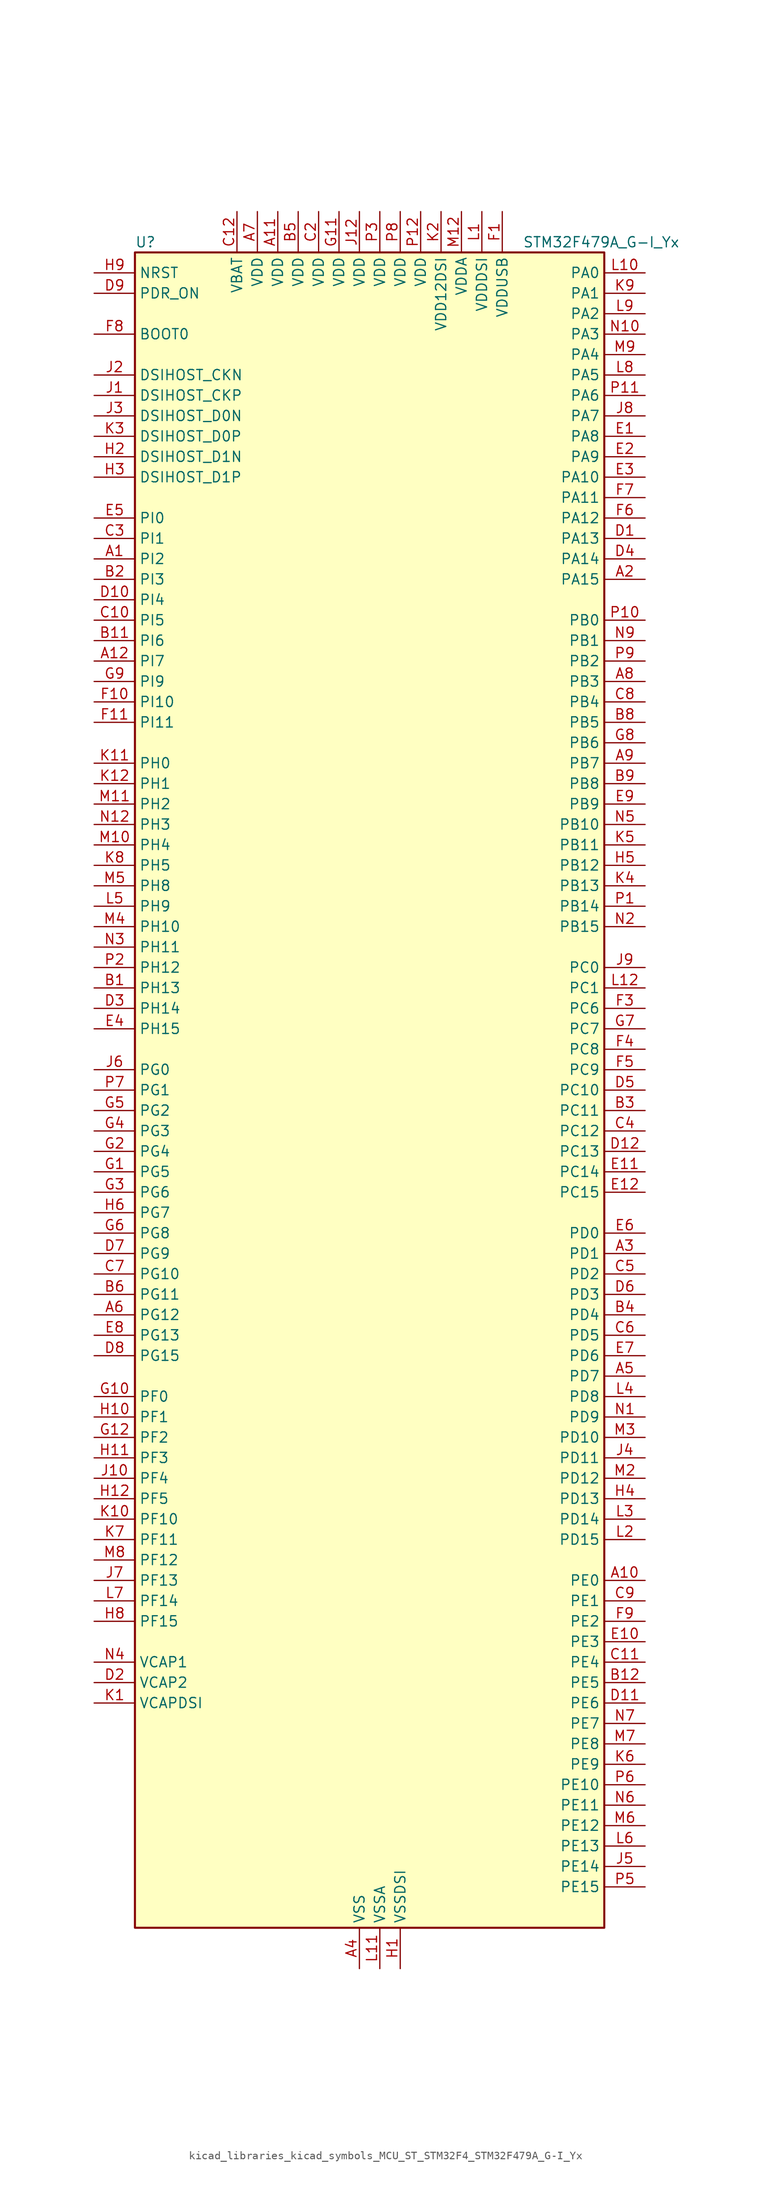
<source format=kicad_sym>
(kicad_symbol_lib
  (version 20220914)
  (generator kicad_symbol_editor)
  (symbol "kicad_libraries_kicad_symbols_MCU_ST_STM32F4_STM32F479A_G-I_Yx"
    (property "Reference" "U"
      (at -27.94 105.41 0)
      (effects (font (size 1.27 1.27)) (justify left)))
    (property "Value" "STM32F479A_G-I_Yx"
      (at 20.32 105.41 0)
      (effects (font (size 1.27 1.27)) (justify left)))
    (property "ki_locked" ""
      (at 0 0 0)
      (effects (font (size 1.27 1.27))))
    (symbol "kicad_libraries_kicad_symbols_MCU_ST_STM32F4_STM32F479A_G-I_Yx_0_1"
      (rectangle (start -27.94 -104.14) (end 30.48 104.14) (stroke (width 0.254) (type default)) (fill (type background))))
    (symbol "kicad_libraries_kicad_symbols_MCU_ST_STM32F4_STM32F479A_G-I_Yx_1_1"
      (pin bidirectional line (at -33.02 66.04 0) (length 5.08) (name "PI2" (effects (font (size 1.27 1.27)))) (number "A1" (effects (font (size 1.27 1.27)))) (alternate "DCMI_D9" bidirectional line) (alternate "FMC_D26" bidirectional line) (alternate "I2S2_ext_SD" bidirectional line) (alternate "LTDC_G7" bidirectional line) (alternate "SPI2_MISO" bidirectional line) (alternate "TIM8_CH4" bidirectional line))
      (pin bidirectional line (at 35.56 -60.96 180) (length 5.08) (name "PE0" (effects (font (size 1.27 1.27)))) (number "A10" (effects (font (size 1.27 1.27)))) (alternate "DCMI_D2" bidirectional line) (alternate "FMC_NBL0" bidirectional line) (alternate "TIM4_ETR" bidirectional line) (alternate "UART8_RX" bidirectional line))
      (pin power_in line (at -10.16 109.22 270) (length 5.08) (name "VDD" (effects (font (size 1.27 1.27)))) (number "A11" (effects (font (size 1.27 1.27)))))
      (pin bidirectional line (at -33.02 53.34 0) (length 5.08) (name "PI7" (effects (font (size 1.27 1.27)))) (number "A12" (effects (font (size 1.27 1.27)))) (alternate "DCMI_D7" bidirectional line) (alternate "FMC_D29" bidirectional line) (alternate "LTDC_B7" bidirectional line) (alternate "TIM8_CH3" bidirectional line))
      (pin bidirectional line (at 35.56 63.5 180) (length 5.08) (name "PA15" (effects (font (size 1.27 1.27)))) (number "A2" (effects (font (size 1.27 1.27)))) (alternate "ADC1_EXTI15" bidirectional line) (alternate "ADC2_EXTI15" bidirectional line) (alternate "ADC3_EXTI15" bidirectional line) (alternate "I2S3_WS" bidirectional line) (alternate "SPI1_NSS" bidirectional line) (alternate "SPI3_NSS" bidirectional line) (alternate "SYS_JTDI" bidirectional line) (alternate "TIM2_CH1" bidirectional line) (alternate "TIM2_ETR" bidirectional line))
      (pin bidirectional line (at 35.56 -20.32 180) (length 5.08) (name "PD1" (effects (font (size 1.27 1.27)))) (number "A3" (effects (font (size 1.27 1.27)))) (alternate "CAN1_TX" bidirectional line) (alternate "FMC_D3" bidirectional line) (alternate "FMC_DA3" bidirectional line))
      (pin power_in line (at 0 -109.22 90) (length 5.08) (name "VSS" (effects (font (size 1.27 1.27)))) (number "A4" (effects (font (size 1.27 1.27)))))
      (pin bidirectional line (at 35.56 -35.56 180) (length 5.08) (name "PD7" (effects (font (size 1.27 1.27)))) (number "A5" (effects (font (size 1.27 1.27)))) (alternate "FMC_NE1" bidirectional line) (alternate "USART2_CK" bidirectional line))
      (pin bidirectional line (at -33.02 -27.94 0) (length 5.08) (name "PG12" (effects (font (size 1.27 1.27)))) (number "A6" (effects (font (size 1.27 1.27)))) (alternate "FMC_NE4" bidirectional line) (alternate "LTDC_B1" bidirectional line) (alternate "LTDC_B4" bidirectional line) (alternate "SPI6_MISO" bidirectional line) (alternate "USART6_RTS" bidirectional line))
      (pin power_in line (at -12.7 109.22 270) (length 5.08) (name "VDD" (effects (font (size 1.27 1.27)))) (number "A7" (effects (font (size 1.27 1.27)))))
      (pin bidirectional line (at 35.56 50.8 180) (length 5.08) (name "PB3" (effects (font (size 1.27 1.27)))) (number "A8" (effects (font (size 1.27 1.27)))) (alternate "I2S3_CK" bidirectional line) (alternate "SPI1_SCK" bidirectional line) (alternate "SPI3_SCK" bidirectional line) (alternate "SYS_JTDO-SWO" bidirectional line) (alternate "TIM2_CH2" bidirectional line))
      (pin bidirectional line (at 35.56 40.64 180) (length 5.08) (name "PB7" (effects (font (size 1.27 1.27)))) (number "A9" (effects (font (size 1.27 1.27)))) (alternate "DCMI_VSYNC" bidirectional line) (alternate "FMC_NL" bidirectional line) (alternate "I2C1_SDA" bidirectional line) (alternate "TIM4_CH2" bidirectional line) (alternate "USART1_RX" bidirectional line))
      (pin bidirectional line (at -33.02 12.7 0) (length 5.08) (name "PH13" (effects (font (size 1.27 1.27)))) (number "B1" (effects (font (size 1.27 1.27)))) (alternate "CAN1_TX" bidirectional line) (alternate "FMC_D21" bidirectional line) (alternate "LTDC_G2" bidirectional line) (alternate "TIM8_CH1N" bidirectional line))
      (pin passive line (at 0 -109.22 90) (length 5.08) hide (name "VSS" (effects (font (size 1.27 1.27)))) (number "B10" (effects (font (size 1.27 1.27)))))
      (pin bidirectional line (at -33.02 55.88 0) (length 5.08) (name "PI6" (effects (font (size 1.27 1.27)))) (number "B11" (effects (font (size 1.27 1.27)))) (alternate "DCMI_D6" bidirectional line) (alternate "FMC_D28" bidirectional line) (alternate "LTDC_B6" bidirectional line) (alternate "TIM8_CH2" bidirectional line))
      (pin bidirectional line (at 35.56 -73.66 180) (length 5.08) (name "PE5" (effects (font (size 1.27 1.27)))) (number "B12" (effects (font (size 1.27 1.27)))) (alternate "DCMI_D6" bidirectional line) (alternate "FMC_A21" bidirectional line) (alternate "LTDC_G0" bidirectional line) (alternate "SAI1_SCK_A" bidirectional line) (alternate "SPI4_MISO" bidirectional line) (alternate "SYS_TRACED2" bidirectional line) (alternate "TIM9_CH1" bidirectional line))
      (pin bidirectional line (at -33.02 63.5 0) (length 5.08) (name "PI3" (effects (font (size 1.27 1.27)))) (number "B2" (effects (font (size 1.27 1.27)))) (alternate "DCMI_D10" bidirectional line) (alternate "FMC_D27" bidirectional line) (alternate "I2S2_SD" bidirectional line) (alternate "SPI2_MOSI" bidirectional line) (alternate "TIM8_ETR" bidirectional line))
      (pin bidirectional line (at 35.56 -2.54 180) (length 5.08) (name "PC11" (effects (font (size 1.27 1.27)))) (number "B3" (effects (font (size 1.27 1.27)))) (alternate "ADC1_EXTI11" bidirectional line) (alternate "ADC2_EXTI11" bidirectional line) (alternate "ADC3_EXTI11" bidirectional line) (alternate "DCMI_D4" bidirectional line) (alternate "I2S3_ext_SD" bidirectional line) (alternate "QUADSPI_BK2_NCS" bidirectional line) (alternate "SDIO_D3" bidirectional line) (alternate "SPI3_MISO" bidirectional line) (alternate "UART4_RX" bidirectional line) (alternate "USART3_RX" bidirectional line))
      (pin bidirectional line (at 35.56 -27.94 180) (length 5.08) (name "PD4" (effects (font (size 1.27 1.27)))) (number "B4" (effects (font (size 1.27 1.27)))) (alternate "FMC_NOE" bidirectional line) (alternate "USART2_RTS" bidirectional line))
      (pin power_in line (at -7.62 109.22 270) (length 5.08) (name "VDD" (effects (font (size 1.27 1.27)))) (number "B5" (effects (font (size 1.27 1.27)))))
      (pin bidirectional line (at -33.02 -25.4 0) (length 5.08) (name "PG11" (effects (font (size 1.27 1.27)))) (number "B6" (effects (font (size 1.27 1.27)))) (alternate "ADC1_EXTI11" bidirectional line) (alternate "ADC2_EXTI11" bidirectional line) (alternate "ADC3_EXTI11" bidirectional line) (alternate "DCMI_D3" bidirectional line) (alternate "LTDC_B3" bidirectional line))
      (pin passive line (at 0 -109.22 90) (length 5.08) hide (name "VSS" (effects (font (size 1.27 1.27)))) (number "B7" (effects (font (size 1.27 1.27)))))
      (pin bidirectional line (at 35.56 45.72 180) (length 5.08) (name "PB5" (effects (font (size 1.27 1.27)))) (number "B8" (effects (font (size 1.27 1.27)))) (alternate "CAN2_RX" bidirectional line) (alternate "DCMI_D10" bidirectional line) (alternate "FMC_SDCKE1" bidirectional line) (alternate "I2C1_SMBA" bidirectional line) (alternate "I2S3_SD" bidirectional line) (alternate "LTDC_G7" bidirectional line) (alternate "SPI1_MOSI" bidirectional line) (alternate "SPI3_MOSI" bidirectional line) (alternate "TIM3_CH2" bidirectional line) (alternate "USB_OTG_HS_ULPI_D7" bidirectional line))
      (pin bidirectional line (at 35.56 38.1 180) (length 5.08) (name "PB8" (effects (font (size 1.27 1.27)))) (number "B9" (effects (font (size 1.27 1.27)))) (alternate "CAN1_RX" bidirectional line) (alternate "DCMI_D6" bidirectional line) (alternate "I2C1_SCL" bidirectional line) (alternate "LTDC_B6" bidirectional line) (alternate "SDIO_D4" bidirectional line) (alternate "TIM10_CH1" bidirectional line) (alternate "TIM4_CH3" bidirectional line))
      (pin passive line (at 0 -109.22 90) (length 5.08) hide (name "VSS" (effects (font (size 1.27 1.27)))) (number "C1" (effects (font (size 1.27 1.27)))))
      (pin bidirectional line (at -33.02 58.42 0) (length 5.08) (name "PI5" (effects (font (size 1.27 1.27)))) (number "C10" (effects (font (size 1.27 1.27)))) (alternate "DCMI_VSYNC" bidirectional line) (alternate "FMC_NBL3" bidirectional line) (alternate "LTDC_B5" bidirectional line) (alternate "TIM8_CH1" bidirectional line))
      (pin bidirectional line (at 35.56 -71.12 180) (length 5.08) (name "PE4" (effects (font (size 1.27 1.27)))) (number "C11" (effects (font (size 1.27 1.27)))) (alternate "DCMI_D4" bidirectional line) (alternate "FMC_A20" bidirectional line) (alternate "LTDC_B0" bidirectional line) (alternate "SAI1_FS_A" bidirectional line) (alternate "SPI4_NSS" bidirectional line) (alternate "SYS_TRACED1" bidirectional line))
      (pin power_in line (at -15.24 109.22 270) (length 5.08) (name "VBAT" (effects (font (size 1.27 1.27)))) (number "C12" (effects (font (size 1.27 1.27)))))
      (pin power_in line (at -5.08 109.22 270) (length 5.08) (name "VDD" (effects (font (size 1.27 1.27)))) (number "C2" (effects (font (size 1.27 1.27)))))
      (pin bidirectional line (at -33.02 68.58 0) (length 5.08) (name "PI1" (effects (font (size 1.27 1.27)))) (number "C3" (effects (font (size 1.27 1.27)))) (alternate "DCMI_D8" bidirectional line) (alternate "FMC_D25" bidirectional line) (alternate "I2S2_CK" bidirectional line) (alternate "LTDC_G6" bidirectional line) (alternate "SPI2_SCK" bidirectional line))
      (pin bidirectional line (at 35.56 -5.08 180) (length 5.08) (name "PC12" (effects (font (size 1.27 1.27)))) (number "C4" (effects (font (size 1.27 1.27)))) (alternate "DCMI_D9" bidirectional line) (alternate "I2S3_SD" bidirectional line) (alternate "SDIO_CK" bidirectional line) (alternate "SPI3_MOSI" bidirectional line) (alternate "SYS_TRACED3" bidirectional line) (alternate "UART5_TX" bidirectional line) (alternate "USART3_CK" bidirectional line))
      (pin bidirectional line (at 35.56 -22.86 180) (length 5.08) (name "PD2" (effects (font (size 1.27 1.27)))) (number "C5" (effects (font (size 1.27 1.27)))) (alternate "DCMI_D11" bidirectional line) (alternate "SDIO_CMD" bidirectional line) (alternate "SYS_TRACED2" bidirectional line) (alternate "TIM3_ETR" bidirectional line) (alternate "UART5_RX" bidirectional line))
      (pin bidirectional line (at 35.56 -30.48 180) (length 5.08) (name "PD5" (effects (font (size 1.27 1.27)))) (number "C6" (effects (font (size 1.27 1.27)))) (alternate "FMC_NWE" bidirectional line) (alternate "USART2_TX" bidirectional line))
      (pin bidirectional line (at -33.02 -22.86 0) (length 5.08) (name "PG10" (effects (font (size 1.27 1.27)))) (number "C7" (effects (font (size 1.27 1.27)))) (alternate "DCMI_D2" bidirectional line) (alternate "FMC_NE3" bidirectional line) (alternate "LTDC_B2" bidirectional line) (alternate "LTDC_G3" bidirectional line))
      (pin bidirectional line (at 35.56 48.26 180) (length 5.08) (name "PB4" (effects (font (size 1.27 1.27)))) (number "C8" (effects (font (size 1.27 1.27)))) (alternate "I2S3_ext_SD" bidirectional line) (alternate "SPI1_MISO" bidirectional line) (alternate "SPI3_MISO" bidirectional line) (alternate "SYS_JTRST" bidirectional line) (alternate "TIM3_CH1" bidirectional line))
      (pin bidirectional line (at 35.56 -63.5 180) (length 5.08) (name "PE1" (effects (font (size 1.27 1.27)))) (number "C9" (effects (font (size 1.27 1.27)))) (alternate "DCMI_D3" bidirectional line) (alternate "FMC_NBL1" bidirectional line) (alternate "UART8_TX" bidirectional line))
      (pin bidirectional line (at 35.56 68.58 180) (length 5.08) (name "PA13" (effects (font (size 1.27 1.27)))) (number "D1" (effects (font (size 1.27 1.27)))) (alternate "SYS_JTMS-SWDIO" bidirectional line))
      (pin bidirectional line (at -33.02 60.96 0) (length 5.08) (name "PI4" (effects (font (size 1.27 1.27)))) (number "D10" (effects (font (size 1.27 1.27)))) (alternate "DCMI_D5" bidirectional line) (alternate "FMC_NBL2" bidirectional line) (alternate "LTDC_B4" bidirectional line) (alternate "TIM8_BKIN" bidirectional line))
      (pin bidirectional line (at 35.56 -76.2 180) (length 5.08) (name "PE6" (effects (font (size 1.27 1.27)))) (number "D11" (effects (font (size 1.27 1.27)))) (alternate "DCMI_D7" bidirectional line) (alternate "FMC_A22" bidirectional line) (alternate "LTDC_G1" bidirectional line) (alternate "SAI1_SD_A" bidirectional line) (alternate "SPI4_MOSI" bidirectional line) (alternate "SYS_TRACED3" bidirectional line) (alternate "TIM9_CH2" bidirectional line))
      (pin bidirectional line (at 35.56 -7.62 180) (length 5.08) (name "PC13" (effects (font (size 1.27 1.27)))) (number "D12" (effects (font (size 1.27 1.27)))) (alternate "RTC_AF1" bidirectional line))
      (pin power_out line (at -33.02 -73.66 0) (length 5.08) (name "VCAP2" (effects (font (size 1.27 1.27)))) (number "D2" (effects (font (size 1.27 1.27)))))
      (pin bidirectional line (at -33.02 10.16 0) (length 5.08) (name "PH14" (effects (font (size 1.27 1.27)))) (number "D3" (effects (font (size 1.27 1.27)))) (alternate "DCMI_D4" bidirectional line) (alternate "FMC_D22" bidirectional line) (alternate "LTDC_G3" bidirectional line) (alternate "TIM8_CH2N" bidirectional line))
      (pin bidirectional line (at 35.56 66.04 180) (length 5.08) (name "PA14" (effects (font (size 1.27 1.27)))) (number "D4" (effects (font (size 1.27 1.27)))) (alternate "SYS_JTCK-SWCLK" bidirectional line))
      (pin bidirectional line (at 35.56 0 180) (length 5.08) (name "PC10" (effects (font (size 1.27 1.27)))) (number "D5" (effects (font (size 1.27 1.27)))) (alternate "DCMI_D8" bidirectional line) (alternate "I2S3_CK" bidirectional line) (alternate "LTDC_R2" bidirectional line) (alternate "QUADSPI_BK1_IO1" bidirectional line) (alternate "SDIO_D2" bidirectional line) (alternate "SPI3_SCK" bidirectional line) (alternate "UART4_TX" bidirectional line) (alternate "USART3_TX" bidirectional line))
      (pin bidirectional line (at 35.56 -25.4 180) (length 5.08) (name "PD3" (effects (font (size 1.27 1.27)))) (number "D6" (effects (font (size 1.27 1.27)))) (alternate "DCMI_D5" bidirectional line) (alternate "FMC_CLK" bidirectional line) (alternate "I2S2_CK" bidirectional line) (alternate "LTDC_G7" bidirectional line) (alternate "SPI2_SCK" bidirectional line) (alternate "USART2_CTS" bidirectional line))
      (pin bidirectional line (at -33.02 -20.32 0) (length 5.08) (name "PG9" (effects (font (size 1.27 1.27)))) (number "D7" (effects (font (size 1.27 1.27)))) (alternate "DAC_EXTI9" bidirectional line) (alternate "DCMI_VSYNC" bidirectional line) (alternate "FMC_NCE" bidirectional line) (alternate "FMC_NE2" bidirectional line) (alternate "QUADSPI_BK2_IO2" bidirectional line) (alternate "USART6_RX" bidirectional line))
      (pin bidirectional line (at -33.02 -33.02 0) (length 5.08) (name "PG15" (effects (font (size 1.27 1.27)))) (number "D8" (effects (font (size 1.27 1.27)))) (alternate "ADC1_EXTI15" bidirectional line) (alternate "ADC2_EXTI15" bidirectional line) (alternate "ADC3_EXTI15" bidirectional line) (alternate "DCMI_D13" bidirectional line) (alternate "FMC_SDNCAS" bidirectional line) (alternate "USART6_CTS" bidirectional line))
      (pin input line (at -33.02 99.06 0) (length 5.08) (name "PDR_ON" (effects (font (size 1.27 1.27)))) (number "D9" (effects (font (size 1.27 1.27)))))
      (pin bidirectional line (at 35.56 81.28 180) (length 5.08) (name "PA8" (effects (font (size 1.27 1.27)))) (number "E1" (effects (font (size 1.27 1.27)))) (alternate "I2C3_SCL" bidirectional line) (alternate "LTDC_R6" bidirectional line) (alternate "RCC_MCO_1" bidirectional line) (alternate "TIM1_CH1" bidirectional line) (alternate "USART1_CK" bidirectional line) (alternate "USB_OTG_FS_SOF" bidirectional line))
      (pin bidirectional line (at 35.56 -68.58 180) (length 5.08) (name "PE3" (effects (font (size 1.27 1.27)))) (number "E10" (effects (font (size 1.27 1.27)))) (alternate "FMC_A19" bidirectional line) (alternate "SAI1_SD_B" bidirectional line) (alternate "SYS_TRACED0" bidirectional line))
      (pin bidirectional line (at 35.56 -10.16 180) (length 5.08) (name "PC14" (effects (font (size 1.27 1.27)))) (number "E11" (effects (font (size 1.27 1.27)))) (alternate "RCC_OSC32_IN" bidirectional line))
      (pin bidirectional line (at 35.56 -12.7 180) (length 5.08) (name "PC15" (effects (font (size 1.27 1.27)))) (number "E12" (effects (font (size 1.27 1.27)))) (alternate "ADC1_EXTI15" bidirectional line) (alternate "ADC2_EXTI15" bidirectional line) (alternate "ADC3_EXTI15" bidirectional line) (alternate "RCC_OSC32_OUT" bidirectional line))
      (pin bidirectional line (at 35.56 78.74 180) (length 5.08) (name "PA9" (effects (font (size 1.27 1.27)))) (number "E2" (effects (font (size 1.27 1.27)))) (alternate "DAC_EXTI9" bidirectional line) (alternate "DCMI_D0" bidirectional line) (alternate "I2C3_SMBA" bidirectional line) (alternate "I2S2_CK" bidirectional line) (alternate "SPI2_SCK" bidirectional line) (alternate "TIM1_CH2" bidirectional line) (alternate "USART1_TX" bidirectional line) (alternate "USB_OTG_FS_VBUS" bidirectional line))
      (pin bidirectional line (at 35.56 76.2 180) (length 5.08) (name "PA10" (effects (font (size 1.27 1.27)))) (number "E3" (effects (font (size 1.27 1.27)))) (alternate "DCMI_D1" bidirectional line) (alternate "TIM1_CH3" bidirectional line) (alternate "USART1_RX" bidirectional line) (alternate "USB_OTG_FS_ID" bidirectional line))
      (pin bidirectional line (at -33.02 7.62 0) (length 5.08) (name "PH15" (effects (font (size 1.27 1.27)))) (number "E4" (effects (font (size 1.27 1.27)))) (alternate "ADC1_EXTI15" bidirectional line) (alternate "ADC2_EXTI15" bidirectional line) (alternate "ADC3_EXTI15" bidirectional line) (alternate "DCMI_D11" bidirectional line) (alternate "FMC_D23" bidirectional line) (alternate "LTDC_G4" bidirectional line) (alternate "TIM8_CH3N" bidirectional line))
      (pin bidirectional line (at -33.02 71.12 0) (length 5.08) (name "PI0" (effects (font (size 1.27 1.27)))) (number "E5" (effects (font (size 1.27 1.27)))) (alternate "DCMI_D13" bidirectional line) (alternate "FMC_D24" bidirectional line) (alternate "I2S2_WS" bidirectional line) (alternate "LTDC_G5" bidirectional line) (alternate "SPI2_NSS" bidirectional line) (alternate "TIM5_CH4" bidirectional line))
      (pin bidirectional line (at 35.56 -17.78 180) (length 5.08) (name "PD0" (effects (font (size 1.27 1.27)))) (number "E6" (effects (font (size 1.27 1.27)))) (alternate "CAN1_RX" bidirectional line) (alternate "FMC_D2" bidirectional line) (alternate "FMC_DA2" bidirectional line))
      (pin bidirectional line (at 35.56 -33.02 180) (length 5.08) (name "PD6" (effects (font (size 1.27 1.27)))) (number "E7" (effects (font (size 1.27 1.27)))) (alternate "DCMI_D10" bidirectional line) (alternate "FMC_NWAIT" bidirectional line) (alternate "I2S3_SD" bidirectional line) (alternate "LTDC_B2" bidirectional line) (alternate "SAI1_SD_A" bidirectional line) (alternate "SPI3_MOSI" bidirectional line) (alternate "USART2_RX" bidirectional line))
      (pin bidirectional line (at -33.02 -30.48 0) (length 5.08) (name "PG13" (effects (font (size 1.27 1.27)))) (number "E8" (effects (font (size 1.27 1.27)))) (alternate "FMC_A24" bidirectional line) (alternate "LTDC_R0" bidirectional line) (alternate "SPI6_SCK" bidirectional line) (alternate "SYS_TRACED0" bidirectional line) (alternate "USART6_CTS" bidirectional line))
      (pin bidirectional line (at 35.56 35.56 180) (length 5.08) (name "PB9" (effects (font (size 1.27 1.27)))) (number "E9" (effects (font (size 1.27 1.27)))) (alternate "CAN1_TX" bidirectional line) (alternate "DAC_EXTI9" bidirectional line) (alternate "DCMI_D7" bidirectional line) (alternate "I2C1_SDA" bidirectional line) (alternate "I2S2_WS" bidirectional line) (alternate "LTDC_B7" bidirectional line) (alternate "SDIO_D5" bidirectional line) (alternate "SPI2_NSS" bidirectional line) (alternate "TIM11_CH1" bidirectional line) (alternate "TIM4_CH4" bidirectional line))
      (pin power_in line (at 17.78 109.22 270) (length 5.08) (name "VDDUSB" (effects (font (size 1.27 1.27)))) (number "F1" (effects (font (size 1.27 1.27)))))
      (pin bidirectional line (at -33.02 48.26 0) (length 5.08) (name "PI10" (effects (font (size 1.27 1.27)))) (number "F10" (effects (font (size 1.27 1.27)))) (alternate "FMC_D31" bidirectional line) (alternate "LTDC_HSYNC" bidirectional line))
      (pin bidirectional line (at -33.02 45.72 0) (length 5.08) (name "PI11" (effects (font (size 1.27 1.27)))) (number "F11" (effects (font (size 1.27 1.27)))) (alternate "ADC1_EXTI11" bidirectional line) (alternate "ADC2_EXTI11" bidirectional line) (alternate "ADC3_EXTI11" bidirectional line) (alternate "LTDC_G6" bidirectional line) (alternate "USB_OTG_HS_ULPI_DIR" bidirectional line))
      (pin passive line (at 0 -109.22 90) (length 5.08) hide (name "VSS" (effects (font (size 1.27 1.27)))) (number "F12" (effects (font (size 1.27 1.27)))))
      (pin passive line (at 0 -109.22 90) (length 5.08) hide (name "VSS" (effects (font (size 1.27 1.27)))) (number "F2" (effects (font (size 1.27 1.27)))))
      (pin bidirectional line (at 35.56 10.16 180) (length 5.08) (name "PC6" (effects (font (size 1.27 1.27)))) (number "F3" (effects (font (size 1.27 1.27)))) (alternate "DCMI_D0" bidirectional line) (alternate "I2S2_MCK" bidirectional line) (alternate "LTDC_HSYNC" bidirectional line) (alternate "SDIO_D6" bidirectional line) (alternate "TIM3_CH1" bidirectional line) (alternate "TIM8_CH1" bidirectional line) (alternate "USART6_TX" bidirectional line))
      (pin bidirectional line (at 35.56 5.08 180) (length 5.08) (name "PC8" (effects (font (size 1.27 1.27)))) (number "F4" (effects (font (size 1.27 1.27)))) (alternate "DCMI_D2" bidirectional line) (alternate "SDIO_D0" bidirectional line) (alternate "SYS_TRACED1" bidirectional line) (alternate "TIM3_CH3" bidirectional line) (alternate "TIM8_CH3" bidirectional line) (alternate "USART6_CK" bidirectional line))
      (pin bidirectional line (at 35.56 2.54 180) (length 5.08) (name "PC9" (effects (font (size 1.27 1.27)))) (number "F5" (effects (font (size 1.27 1.27)))) (alternate "DAC_EXTI9" bidirectional line) (alternate "DCMI_D3" bidirectional line) (alternate "I2C3_SDA" bidirectional line) (alternate "I2S_CKIN" bidirectional line) (alternate "QUADSPI_BK1_IO0" bidirectional line) (alternate "RCC_MCO_2" bidirectional line) (alternate "SDIO_D1" bidirectional line) (alternate "TIM3_CH4" bidirectional line) (alternate "TIM8_CH4" bidirectional line))
      (pin bidirectional line (at 35.56 71.12 180) (length 5.08) (name "PA12" (effects (font (size 1.27 1.27)))) (number "F6" (effects (font (size 1.27 1.27)))) (alternate "CAN1_TX" bidirectional line) (alternate "LTDC_R5" bidirectional line) (alternate "TIM1_ETR" bidirectional line) (alternate "USART1_RTS" bidirectional line) (alternate "USB_OTG_FS_DP" bidirectional line))
      (pin bidirectional line (at 35.56 73.66 180) (length 5.08) (name "PA11" (effects (font (size 1.27 1.27)))) (number "F7" (effects (font (size 1.27 1.27)))) (alternate "ADC1_EXTI11" bidirectional line) (alternate "ADC2_EXTI11" bidirectional line) (alternate "ADC3_EXTI11" bidirectional line) (alternate "CAN1_RX" bidirectional line) (alternate "LTDC_R4" bidirectional line) (alternate "TIM1_CH4" bidirectional line) (alternate "USART1_CTS" bidirectional line) (alternate "USB_OTG_FS_DM" bidirectional line))
      (pin input line (at -33.02 93.98 0) (length 5.08) (name "BOOT0" (effects (font (size 1.27 1.27)))) (number "F8" (effects (font (size 1.27 1.27)))))
      (pin bidirectional line (at 35.56 -66.04 180) (length 5.08) (name "PE2" (effects (font (size 1.27 1.27)))) (number "F9" (effects (font (size 1.27 1.27)))) (alternate "FMC_A23" bidirectional line) (alternate "QUADSPI_BK1_IO2" bidirectional line) (alternate "SAI1_MCLK_A" bidirectional line) (alternate "SPI4_SCK" bidirectional line) (alternate "SYS_TRACECLK" bidirectional line))
      (pin bidirectional line (at -33.02 -10.16 0) (length 5.08) (name "PG5" (effects (font (size 1.27 1.27)))) (number "G1" (effects (font (size 1.27 1.27)))) (alternate "FMC_A15" bidirectional line) (alternate "FMC_BA1" bidirectional line))
      (pin bidirectional line (at -33.02 -38.1 0) (length 5.08) (name "PF0" (effects (font (size 1.27 1.27)))) (number "G10" (effects (font (size 1.27 1.27)))) (alternate "FMC_A0" bidirectional line) (alternate "I2C2_SDA" bidirectional line))
      (pin power_in line (at -2.54 109.22 270) (length 5.08) (name "VDD" (effects (font (size 1.27 1.27)))) (number "G11" (effects (font (size 1.27 1.27)))))
      (pin bidirectional line (at -33.02 -43.18 0) (length 5.08) (name "PF2" (effects (font (size 1.27 1.27)))) (number "G12" (effects (font (size 1.27 1.27)))) (alternate "FMC_A2" bidirectional line) (alternate "I2C2_SMBA" bidirectional line))
      (pin bidirectional line (at -33.02 -7.62 0) (length 5.08) (name "PG4" (effects (font (size 1.27 1.27)))) (number "G2" (effects (font (size 1.27 1.27)))) (alternate "FMC_A14" bidirectional line) (alternate "FMC_BA0" bidirectional line))
      (pin bidirectional line (at -33.02 -12.7 0) (length 5.08) (name "PG6" (effects (font (size 1.27 1.27)))) (number "G3" (effects (font (size 1.27 1.27)))) (alternate "DCMI_D12" bidirectional line) (alternate "LTDC_R7" bidirectional line))
      (pin bidirectional line (at -33.02 -5.08 0) (length 5.08) (name "PG3" (effects (font (size 1.27 1.27)))) (number "G4" (effects (font (size 1.27 1.27)))) (alternate "FMC_A13" bidirectional line))
      (pin bidirectional line (at -33.02 -2.54 0) (length 5.08) (name "PG2" (effects (font (size 1.27 1.27)))) (number "G5" (effects (font (size 1.27 1.27)))) (alternate "FMC_A12" bidirectional line))
      (pin bidirectional line (at -33.02 -17.78 0) (length 5.08) (name "PG8" (effects (font (size 1.27 1.27)))) (number "G6" (effects (font (size 1.27 1.27)))) (alternate "FMC_SDCLK" bidirectional line) (alternate "LTDC_G7" bidirectional line) (alternate "SPI6_NSS" bidirectional line) (alternate "USART6_RTS" bidirectional line))
      (pin bidirectional line (at 35.56 7.62 180) (length 5.08) (name "PC7" (effects (font (size 1.27 1.27)))) (number "G7" (effects (font (size 1.27 1.27)))) (alternate "DCMI_D1" bidirectional line) (alternate "I2S3_MCK" bidirectional line) (alternate "LTDC_G6" bidirectional line) (alternate "SDIO_D7" bidirectional line) (alternate "TIM3_CH2" bidirectional line) (alternate "TIM8_CH2" bidirectional line) (alternate "USART6_RX" bidirectional line))
      (pin bidirectional line (at 35.56 43.18 180) (length 5.08) (name "PB6" (effects (font (size 1.27 1.27)))) (number "G8" (effects (font (size 1.27 1.27)))) (alternate "CAN2_TX" bidirectional line) (alternate "DCMI_D5" bidirectional line) (alternate "FMC_SDNE1" bidirectional line) (alternate "I2C1_SCL" bidirectional line) (alternate "QUADSPI_BK1_NCS" bidirectional line) (alternate "TIM4_CH1" bidirectional line) (alternate "USART1_TX" bidirectional line))
      (pin bidirectional line (at -33.02 50.8 0) (length 5.08) (name "PI9" (effects (font (size 1.27 1.27)))) (number "G9" (effects (font (size 1.27 1.27)))) (alternate "CAN1_RX" bidirectional line) (alternate "DAC_EXTI9" bidirectional line) (alternate "FMC_D30" bidirectional line) (alternate "LTDC_VSYNC" bidirectional line))
      (pin power_in line (at 5.08 -109.22 90) (length 5.08) (name "VSSDSI" (effects (font (size 1.27 1.27)))) (number "H1" (effects (font (size 1.27 1.27)))))
      (pin bidirectional line (at -33.02 -40.64 0) (length 5.08) (name "PF1" (effects (font (size 1.27 1.27)))) (number "H10" (effects (font (size 1.27 1.27)))) (alternate "FMC_A1" bidirectional line) (alternate "I2C2_SCL" bidirectional line))
      (pin bidirectional line (at -33.02 -45.72 0) (length 5.08) (name "PF3" (effects (font (size 1.27 1.27)))) (number "H11" (effects (font (size 1.27 1.27)))) (alternate "ADC3_IN9" bidirectional line) (alternate "FMC_A3" bidirectional line))
      (pin bidirectional line (at -33.02 -50.8 0) (length 5.08) (name "PF5" (effects (font (size 1.27 1.27)))) (number "H12" (effects (font (size 1.27 1.27)))) (alternate "ADC3_IN15" bidirectional line) (alternate "FMC_A5" bidirectional line))
      (pin bidirectional line (at -33.02 78.74 0) (length 5.08) (name "DSIHOST_D1N" (effects (font (size 1.27 1.27)))) (number "H2" (effects (font (size 1.27 1.27)))) (alternate "DSIHOST_D1N" bidirectional line))
      (pin bidirectional line (at -33.02 76.2 0) (length 5.08) (name "DSIHOST_D1P" (effects (font (size 1.27 1.27)))) (number "H3" (effects (font (size 1.27 1.27)))) (alternate "DSIHOST_D1P" bidirectional line))
      (pin bidirectional line (at 35.56 -50.8 180) (length 5.08) (name "PD13" (effects (font (size 1.27 1.27)))) (number "H4" (effects (font (size 1.27 1.27)))) (alternate "FMC_A18" bidirectional line) (alternate "QUADSPI_BK1_IO3" bidirectional line) (alternate "TIM4_CH2" bidirectional line))
      (pin bidirectional line (at 35.56 27.94 180) (length 5.08) (name "PB12" (effects (font (size 1.27 1.27)))) (number "H5" (effects (font (size 1.27 1.27)))) (alternate "CAN2_RX" bidirectional line) (alternate "I2C2_SMBA" bidirectional line) (alternate "I2S2_WS" bidirectional line) (alternate "SPI2_NSS" bidirectional line) (alternate "TIM1_BKIN" bidirectional line) (alternate "USART3_CK" bidirectional line) (alternate "USB_OTG_HS_ID" bidirectional line) (alternate "USB_OTG_HS_ULPI_D5" bidirectional line))
      (pin bidirectional line (at -33.02 -15.24 0) (length 5.08) (name "PG7" (effects (font (size 1.27 1.27)))) (number "H6" (effects (font (size 1.27 1.27)))) (alternate "DCMI_D13" bidirectional line) (alternate "FMC_INT" bidirectional line) (alternate "LTDC_CLK" bidirectional line) (alternate "SAI1_MCLK_A" bidirectional line) (alternate "USART6_CK" bidirectional line))
      (pin passive line (at 0 -109.22 90) (length 5.08) hide (name "VSS" (effects (font (size 1.27 1.27)))) (number "H7" (effects (font (size 1.27 1.27)))))
      (pin bidirectional line (at -33.02 -66.04 0) (length 5.08) (name "PF15" (effects (font (size 1.27 1.27)))) (number "H8" (effects (font (size 1.27 1.27)))) (alternate "ADC1_EXTI15" bidirectional line) (alternate "ADC2_EXTI15" bidirectional line) (alternate "ADC3_EXTI15" bidirectional line) (alternate "FMC_A9" bidirectional line))
      (pin input line (at -33.02 101.6 0) (length 5.08) (name "NRST" (effects (font (size 1.27 1.27)))) (number "H9" (effects (font (size 1.27 1.27)))))
      (pin bidirectional line (at -33.02 86.36 0) (length 5.08) (name "DSIHOST_CKP" (effects (font (size 1.27 1.27)))) (number "J1" (effects (font (size 1.27 1.27)))) (alternate "DSIHOST_CKP" bidirectional line))
      (pin bidirectional line (at -33.02 -48.26 0) (length 5.08) (name "PF4" (effects (font (size 1.27 1.27)))) (number "J10" (effects (font (size 1.27 1.27)))) (alternate "ADC3_IN14" bidirectional line) (alternate "FMC_A4" bidirectional line))
      (pin passive line (at 0 -109.22 90) (length 5.08) hide (name "VSS" (effects (font (size 1.27 1.27)))) (number "J11" (effects (font (size 1.27 1.27)))))
      (pin power_in line (at 0 109.22 270) (length 5.08) (name "VDD" (effects (font (size 1.27 1.27)))) (number "J12" (effects (font (size 1.27 1.27)))))
      (pin bidirectional line (at -33.02 88.9 0) (length 5.08) (name "DSIHOST_CKN" (effects (font (size 1.27 1.27)))) (number "J2" (effects (font (size 1.27 1.27)))) (alternate "DSIHOST_CKN" bidirectional line))
      (pin bidirectional line (at -33.02 83.82 0) (length 5.08) (name "DSIHOST_D0N" (effects (font (size 1.27 1.27)))) (number "J3" (effects (font (size 1.27 1.27)))) (alternate "DSIHOST_D0N" bidirectional line))
      (pin bidirectional line (at 35.56 -45.72 180) (length 5.08) (name "PD11" (effects (font (size 1.27 1.27)))) (number "J4" (effects (font (size 1.27 1.27)))) (alternate "ADC1_EXTI11" bidirectional line) (alternate "ADC2_EXTI11" bidirectional line) (alternate "ADC3_EXTI11" bidirectional line) (alternate "FMC_A16" bidirectional line) (alternate "FMC_CLE" bidirectional line) (alternate "QUADSPI_BK1_IO0" bidirectional line) (alternate "USART3_CTS" bidirectional line))
      (pin bidirectional line (at 35.56 -96.52 180) (length 5.08) (name "PE14" (effects (font (size 1.27 1.27)))) (number "J5" (effects (font (size 1.27 1.27)))) (alternate "FMC_D11" bidirectional line) (alternate "FMC_DA11" bidirectional line) (alternate "LTDC_CLK" bidirectional line) (alternate "SPI4_MOSI" bidirectional line) (alternate "TIM1_CH4" bidirectional line))
      (pin bidirectional line (at -33.02 2.54 0) (length 5.08) (name "PG0" (effects (font (size 1.27 1.27)))) (number "J6" (effects (font (size 1.27 1.27)))) (alternate "FMC_A10" bidirectional line))
      (pin bidirectional line (at -33.02 -60.96 0) (length 5.08) (name "PF13" (effects (font (size 1.27 1.27)))) (number "J7" (effects (font (size 1.27 1.27)))) (alternate "FMC_A7" bidirectional line))
      (pin bidirectional line (at 35.56 83.82 180) (length 5.08) (name "PA7" (effects (font (size 1.27 1.27)))) (number "J8" (effects (font (size 1.27 1.27)))) (alternate "ADC1_IN7" bidirectional line) (alternate "ADC2_IN7" bidirectional line) (alternate "FMC_SDNWE" bidirectional line) (alternate "QUADSPI_CLK" bidirectional line) (alternate "SPI1_MOSI" bidirectional line) (alternate "TIM14_CH1" bidirectional line) (alternate "TIM1_CH1N" bidirectional line) (alternate "TIM3_CH2" bidirectional line) (alternate "TIM8_CH1N" bidirectional line))
      (pin bidirectional line (at 35.56 15.24 180) (length 5.08) (name "PC0" (effects (font (size 1.27 1.27)))) (number "J9" (effects (font (size 1.27 1.27)))) (alternate "ADC1_IN10" bidirectional line) (alternate "ADC2_IN10" bidirectional line) (alternate "ADC3_IN10" bidirectional line) (alternate "FMC_SDNWE" bidirectional line) (alternate "LTDC_R5" bidirectional line) (alternate "USB_OTG_HS_ULPI_STP" bidirectional line))
      (pin power_out line (at -33.02 -76.2 0) (length 5.08) (name "VCAPDSI" (effects (font (size 1.27 1.27)))) (number "K1" (effects (font (size 1.27 1.27)))))
      (pin bidirectional line (at -33.02 -53.34 0) (length 5.08) (name "PF10" (effects (font (size 1.27 1.27)))) (number "K10" (effects (font (size 1.27 1.27)))) (alternate "ADC3_IN8" bidirectional line) (alternate "DCMI_D11" bidirectional line) (alternate "LTDC_DE" bidirectional line) (alternate "QUADSPI_CLK" bidirectional line))
      (pin bidirectional line (at -33.02 40.64 0) (length 5.08) (name "PH0" (effects (font (size 1.27 1.27)))) (number "K11" (effects (font (size 1.27 1.27)))) (alternate "RCC_OSC_IN" bidirectional line))
      (pin bidirectional line (at -33.02 38.1 0) (length 5.08) (name "PH1" (effects (font (size 1.27 1.27)))) (number "K12" (effects (font (size 1.27 1.27)))) (alternate "RCC_OSC_OUT" bidirectional line))
      (pin power_in line (at 10.16 109.22 270) (length 5.08) (name "VDD12DSI" (effects (font (size 1.27 1.27)))) (number "K2" (effects (font (size 1.27 1.27)))))
      (pin bidirectional line (at -33.02 81.28 0) (length 5.08) (name "DSIHOST_D0P" (effects (font (size 1.27 1.27)))) (number "K3" (effects (font (size 1.27 1.27)))) (alternate "DSIHOST_D0P" bidirectional line))
      (pin bidirectional line (at 35.56 25.4 180) (length 5.08) (name "PB13" (effects (font (size 1.27 1.27)))) (number "K4" (effects (font (size 1.27 1.27)))) (alternate "CAN2_TX" bidirectional line) (alternate "I2S2_CK" bidirectional line) (alternate "SPI2_SCK" bidirectional line) (alternate "TIM1_CH1N" bidirectional line) (alternate "USART3_CTS" bidirectional line) (alternate "USB_OTG_HS_ULPI_D6" bidirectional line) (alternate "USB_OTG_HS_VBUS" bidirectional line))
      (pin bidirectional line (at 35.56 30.48 180) (length 5.08) (name "PB11" (effects (font (size 1.27 1.27)))) (number "K5" (effects (font (size 1.27 1.27)))) (alternate "ADC1_EXTI11" bidirectional line) (alternate "ADC2_EXTI11" bidirectional line) (alternate "ADC3_EXTI11" bidirectional line) (alternate "DSIHOST_TE" bidirectional line) (alternate "I2C2_SDA" bidirectional line) (alternate "LTDC_G5" bidirectional line) (alternate "TIM2_CH4" bidirectional line) (alternate "USART3_RX" bidirectional line) (alternate "USB_OTG_HS_ULPI_D4" bidirectional line))
      (pin bidirectional line (at 35.56 -83.82 180) (length 5.08) (name "PE9" (effects (font (size 1.27 1.27)))) (number "K6" (effects (font (size 1.27 1.27)))) (alternate "DAC_EXTI9" bidirectional line) (alternate "FMC_D6" bidirectional line) (alternate "FMC_DA6" bidirectional line) (alternate "QUADSPI_BK2_IO2" bidirectional line) (alternate "TIM1_CH1" bidirectional line))
      (pin bidirectional line (at -33.02 -55.88 0) (length 5.08) (name "PF11" (effects (font (size 1.27 1.27)))) (number "K7" (effects (font (size 1.27 1.27)))) (alternate "ADC1_EXTI11" bidirectional line) (alternate "ADC2_EXTI11" bidirectional line) (alternate "ADC3_EXTI11" bidirectional line) (alternate "DCMI_D12" bidirectional line) (alternate "FMC_SDNRAS" bidirectional line))
      (pin bidirectional line (at -33.02 27.94 0) (length 5.08) (name "PH5" (effects (font (size 1.27 1.27)))) (number "K8" (effects (font (size 1.27 1.27)))) (alternate "FMC_SDNWE" bidirectional line) (alternate "I2C2_SDA" bidirectional line))
      (pin bidirectional line (at 35.56 99.06 180) (length 5.08) (name "PA1" (effects (font (size 1.27 1.27)))) (number "K9" (effects (font (size 1.27 1.27)))) (alternate "ADC1_IN1" bidirectional line) (alternate "ADC2_IN1" bidirectional line) (alternate "ADC3_IN1" bidirectional line) (alternate "LTDC_R2" bidirectional line) (alternate "QUADSPI_BK1_IO3" bidirectional line) (alternate "TIM2_CH2" bidirectional line) (alternate "TIM5_CH2" bidirectional line) (alternate "UART4_RX" bidirectional line) (alternate "USART2_RTS" bidirectional line))
      (pin power_in line (at 15.24 109.22 270) (length 5.08) (name "VDDDSI" (effects (font (size 1.27 1.27)))) (number "L1" (effects (font (size 1.27 1.27)))))
      (pin bidirectional line (at 35.56 101.6 180) (length 5.08) (name "PA0" (effects (font (size 1.27 1.27)))) (number "L10" (effects (font (size 1.27 1.27)))) (alternate "ADC1_IN0" bidirectional line) (alternate "ADC2_IN0" bidirectional line) (alternate "ADC3_IN0" bidirectional line) (alternate "SYS_WKUP" bidirectional line) (alternate "TIM2_CH1" bidirectional line) (alternate "TIM2_ETR" bidirectional line) (alternate "TIM5_CH1" bidirectional line) (alternate "TIM8_ETR" bidirectional line) (alternate "UART4_TX" bidirectional line) (alternate "USART2_CTS" bidirectional line))
      (pin power_in line (at 2.54 -109.22 90) (length 5.08) (name "VSSA" (effects (font (size 1.27 1.27)))) (number "L11" (effects (font (size 1.27 1.27)))))
      (pin bidirectional line (at 35.56 12.7 180) (length 5.08) (name "PC1" (effects (font (size 1.27 1.27)))) (number "L12" (effects (font (size 1.27 1.27)))) (alternate "ADC1_IN11" bidirectional line) (alternate "ADC2_IN11" bidirectional line) (alternate "ADC3_IN11" bidirectional line) (alternate "I2S2_SD" bidirectional line) (alternate "SAI1_SD_A" bidirectional line) (alternate "SPI2_MOSI" bidirectional line) (alternate "SYS_TRACED0" bidirectional line))
      (pin bidirectional line (at 35.56 -55.88 180) (length 5.08) (name "PD15" (effects (font (size 1.27 1.27)))) (number "L2" (effects (font (size 1.27 1.27)))) (alternate "ADC1_EXTI15" bidirectional line) (alternate "ADC2_EXTI15" bidirectional line) (alternate "ADC3_EXTI15" bidirectional line) (alternate "FMC_D1" bidirectional line) (alternate "FMC_DA1" bidirectional line) (alternate "TIM4_CH4" bidirectional line))
      (pin bidirectional line (at 35.56 -53.34 180) (length 5.08) (name "PD14" (effects (font (size 1.27 1.27)))) (number "L3" (effects (font (size 1.27 1.27)))) (alternate "FMC_D0" bidirectional line) (alternate "FMC_DA0" bidirectional line) (alternate "TIM4_CH3" bidirectional line))
      (pin bidirectional line (at 35.56 -38.1 180) (length 5.08) (name "PD8" (effects (font (size 1.27 1.27)))) (number "L4" (effects (font (size 1.27 1.27)))) (alternate "FMC_D13" bidirectional line) (alternate "FMC_DA13" bidirectional line) (alternate "USART3_TX" bidirectional line))
      (pin bidirectional line (at -33.02 22.86 0) (length 5.08) (name "PH9" (effects (font (size 1.27 1.27)))) (number "L5" (effects (font (size 1.27 1.27)))) (alternate "DAC_EXTI9" bidirectional line) (alternate "DCMI_D0" bidirectional line) (alternate "FMC_D17" bidirectional line) (alternate "I2C3_SMBA" bidirectional line) (alternate "LTDC_R3" bidirectional line) (alternate "TIM12_CH2" bidirectional line))
      (pin bidirectional line (at 35.56 -93.98 180) (length 5.08) (name "PE13" (effects (font (size 1.27 1.27)))) (number "L6" (effects (font (size 1.27 1.27)))) (alternate "FMC_D10" bidirectional line) (alternate "FMC_DA10" bidirectional line) (alternate "LTDC_DE" bidirectional line) (alternate "SPI4_MISO" bidirectional line) (alternate "TIM1_CH3" bidirectional line))
      (pin bidirectional line (at -33.02 -63.5 0) (length 5.08) (name "PF14" (effects (font (size 1.27 1.27)))) (number "L7" (effects (font (size 1.27 1.27)))) (alternate "FMC_A8" bidirectional line))
      (pin bidirectional line (at 35.56 88.9 180) (length 5.08) (name "PA5" (effects (font (size 1.27 1.27)))) (number "L8" (effects (font (size 1.27 1.27)))) (alternate "ADC1_IN5" bidirectional line) (alternate "ADC2_IN5" bidirectional line) (alternate "DAC_OUT2" bidirectional line) (alternate "LTDC_R4" bidirectional line) (alternate "SPI1_SCK" bidirectional line) (alternate "TIM2_CH1" bidirectional line) (alternate "TIM2_ETR" bidirectional line) (alternate "TIM8_CH1N" bidirectional line) (alternate "USB_OTG_HS_ULPI_CK" bidirectional line))
      (pin bidirectional line (at 35.56 96.52 180) (length 5.08) (name "PA2" (effects (font (size 1.27 1.27)))) (number "L9" (effects (font (size 1.27 1.27)))) (alternate "ADC1_IN2" bidirectional line) (alternate "ADC2_IN2" bidirectional line) (alternate "ADC3_IN2" bidirectional line) (alternate "LTDC_R1" bidirectional line) (alternate "TIM2_CH3" bidirectional line) (alternate "TIM5_CH3" bidirectional line) (alternate "TIM9_CH1" bidirectional line) (alternate "USART2_TX" bidirectional line))
      (pin passive line (at 0 -109.22 90) (length 5.08) hide (name "VSS" (effects (font (size 1.27 1.27)))) (number "M1" (effects (font (size 1.27 1.27)))))
      (pin bidirectional line (at -33.02 30.48 0) (length 5.08) (name "PH4" (effects (font (size 1.27 1.27)))) (number "M10" (effects (font (size 1.27 1.27)))) (alternate "I2C2_SCL" bidirectional line) (alternate "LTDC_G4" bidirectional line) (alternate "LTDC_G5" bidirectional line) (alternate "USB_OTG_HS_ULPI_NXT" bidirectional line))
      (pin bidirectional line (at -33.02 35.56 0) (length 5.08) (name "PH2" (effects (font (size 1.27 1.27)))) (number "M11" (effects (font (size 1.27 1.27)))) (alternate "FMC_SDCKE0" bidirectional line) (alternate "LTDC_R0" bidirectional line) (alternate "QUADSPI_BK2_IO0" bidirectional line))
      (pin power_in line (at 12.7 109.22 270) (length 5.08) (name "VDDA" (effects (font (size 1.27 1.27)))) (number "M12" (effects (font (size 1.27 1.27)))))
      (pin bidirectional line (at 35.56 -48.26 180) (length 5.08) (name "PD12" (effects (font (size 1.27 1.27)))) (number "M2" (effects (font (size 1.27 1.27)))) (alternate "FMC_A17" bidirectional line) (alternate "FMC_ALE" bidirectional line) (alternate "QUADSPI_BK1_IO1" bidirectional line) (alternate "TIM4_CH1" bidirectional line) (alternate "USART3_RTS" bidirectional line))
      (pin bidirectional line (at 35.56 -43.18 180) (length 5.08) (name "PD10" (effects (font (size 1.27 1.27)))) (number "M3" (effects (font (size 1.27 1.27)))) (alternate "FMC_D15" bidirectional line) (alternate "FMC_DA15" bidirectional line) (alternate "LTDC_B3" bidirectional line) (alternate "USART3_CK" bidirectional line))
      (pin bidirectional line (at -33.02 20.32 0) (length 5.08) (name "PH10" (effects (font (size 1.27 1.27)))) (number "M4" (effects (font (size 1.27 1.27)))) (alternate "DCMI_D1" bidirectional line) (alternate "FMC_D18" bidirectional line) (alternate "LTDC_R4" bidirectional line) (alternate "TIM5_CH1" bidirectional line))
      (pin bidirectional line (at -33.02 25.4 0) (length 5.08) (name "PH8" (effects (font (size 1.27 1.27)))) (number "M5" (effects (font (size 1.27 1.27)))) (alternate "DCMI_HSYNC" bidirectional line) (alternate "FMC_D16" bidirectional line) (alternate "I2C3_SDA" bidirectional line) (alternate "LTDC_R2" bidirectional line))
      (pin bidirectional line (at 35.56 -91.44 180) (length 5.08) (name "PE12" (effects (font (size 1.27 1.27)))) (number "M6" (effects (font (size 1.27 1.27)))) (alternate "FMC_D9" bidirectional line) (alternate "FMC_DA9" bidirectional line) (alternate "LTDC_B4" bidirectional line) (alternate "SPI4_SCK" bidirectional line) (alternate "TIM1_CH3N" bidirectional line))
      (pin bidirectional line (at 35.56 -81.28 180) (length 5.08) (name "PE8" (effects (font (size 1.27 1.27)))) (number "M7" (effects (font (size 1.27 1.27)))) (alternate "FMC_D5" bidirectional line) (alternate "FMC_DA5" bidirectional line) (alternate "QUADSPI_BK2_IO1" bidirectional line) (alternate "TIM1_CH1N" bidirectional line) (alternate "UART7_TX" bidirectional line))
      (pin bidirectional line (at -33.02 -58.42 0) (length 5.08) (name "PF12" (effects (font (size 1.27 1.27)))) (number "M8" (effects (font (size 1.27 1.27)))) (alternate "FMC_A6" bidirectional line))
      (pin bidirectional line (at 35.56 91.44 180) (length 5.08) (name "PA4" (effects (font (size 1.27 1.27)))) (number "M9" (effects (font (size 1.27 1.27)))) (alternate "ADC1_IN4" bidirectional line) (alternate "ADC2_IN4" bidirectional line) (alternate "DAC_OUT1" bidirectional line) (alternate "DCMI_HSYNC" bidirectional line) (alternate "I2S3_WS" bidirectional line) (alternate "LTDC_VSYNC" bidirectional line) (alternate "SPI1_NSS" bidirectional line) (alternate "SPI3_NSS" bidirectional line) (alternate "USART2_CK" bidirectional line) (alternate "USB_OTG_HS_SOF" bidirectional line))
      (pin bidirectional line (at 35.56 -40.64 180) (length 5.08) (name "PD9" (effects (font (size 1.27 1.27)))) (number "N1" (effects (font (size 1.27 1.27)))) (alternate "DAC_EXTI9" bidirectional line) (alternate "FMC_D14" bidirectional line) (alternate "FMC_DA14" bidirectional line) (alternate "USART3_RX" bidirectional line))
      (pin bidirectional line (at 35.56 93.98 180) (length 5.08) (name "PA3" (effects (font (size 1.27 1.27)))) (number "N10" (effects (font (size 1.27 1.27)))) (alternate "ADC1_IN3" bidirectional line) (alternate "ADC2_IN3" bidirectional line) (alternate "ADC3_IN3" bidirectional line) (alternate "LTDC_B2" bidirectional line) (alternate "LTDC_B5" bidirectional line) (alternate "TIM2_CH4" bidirectional line) (alternate "TIM5_CH4" bidirectional line) (alternate "TIM9_CH2" bidirectional line) (alternate "USART2_RX" bidirectional line) (alternate "USB_OTG_HS_ULPI_D0" bidirectional line))
      (pin passive line (at 0 -109.22 90) (length 5.08) hide (name "VSS" (effects (font (size 1.27 1.27)))) (number "N11" (effects (font (size 1.27 1.27)))))
      (pin bidirectional line (at -33.02 33.02 0) (length 5.08) (name "PH3" (effects (font (size 1.27 1.27)))) (number "N12" (effects (font (size 1.27 1.27)))) (alternate "FMC_SDNE0" bidirectional line) (alternate "LTDC_R1" bidirectional line) (alternate "QUADSPI_BK2_IO1" bidirectional line))
      (pin bidirectional line (at 35.56 20.32 180) (length 5.08) (name "PB15" (effects (font (size 1.27 1.27)))) (number "N2" (effects (font (size 1.27 1.27)))) (alternate "ADC1_EXTI15" bidirectional line) (alternate "ADC2_EXTI15" bidirectional line) (alternate "ADC3_EXTI15" bidirectional line) (alternate "I2S2_SD" bidirectional line) (alternate "RTC_REFIN" bidirectional line) (alternate "SPI2_MOSI" bidirectional line) (alternate "TIM12_CH2" bidirectional line) (alternate "TIM1_CH3N" bidirectional line) (alternate "TIM8_CH3N" bidirectional line) (alternate "USB_OTG_HS_DP" bidirectional line))
      (pin bidirectional line (at -33.02 17.78 0) (length 5.08) (name "PH11" (effects (font (size 1.27 1.27)))) (number "N3" (effects (font (size 1.27 1.27)))) (alternate "ADC1_EXTI11" bidirectional line) (alternate "ADC2_EXTI11" bidirectional line) (alternate "ADC3_EXTI11" bidirectional line) (alternate "DCMI_D2" bidirectional line) (alternate "FMC_D19" bidirectional line) (alternate "LTDC_R5" bidirectional line) (alternate "TIM5_CH2" bidirectional line))
      (pin power_out line (at -33.02 -71.12 0) (length 5.08) (name "VCAP1" (effects (font (size 1.27 1.27)))) (number "N4" (effects (font (size 1.27 1.27)))))
      (pin bidirectional line (at 35.56 33.02 180) (length 5.08) (name "PB10" (effects (font (size 1.27 1.27)))) (number "N5" (effects (font (size 1.27 1.27)))) (alternate "I2C2_SCL" bidirectional line) (alternate "I2S2_CK" bidirectional line) (alternate "LTDC_G4" bidirectional line) (alternate "QUADSPI_BK1_NCS" bidirectional line) (alternate "SPI2_SCK" bidirectional line) (alternate "TIM2_CH3" bidirectional line) (alternate "USART3_TX" bidirectional line) (alternate "USB_OTG_HS_ULPI_D3" bidirectional line))
      (pin bidirectional line (at 35.56 -88.9 180) (length 5.08) (name "PE11" (effects (font (size 1.27 1.27)))) (number "N6" (effects (font (size 1.27 1.27)))) (alternate "ADC1_EXTI11" bidirectional line) (alternate "ADC2_EXTI11" bidirectional line) (alternate "ADC3_EXTI11" bidirectional line) (alternate "FMC_D8" bidirectional line) (alternate "FMC_DA8" bidirectional line) (alternate "LTDC_G3" bidirectional line) (alternate "SPI4_NSS" bidirectional line) (alternate "TIM1_CH2" bidirectional line))
      (pin bidirectional line (at 35.56 -78.74 180) (length 5.08) (name "PE7" (effects (font (size 1.27 1.27)))) (number "N7" (effects (font (size 1.27 1.27)))) (alternate "FMC_D4" bidirectional line) (alternate "FMC_DA4" bidirectional line) (alternate "QUADSPI_BK2_IO0" bidirectional line) (alternate "TIM1_ETR" bidirectional line) (alternate "UART7_RX" bidirectional line))
      (pin passive line (at 0 -109.22 90) (length 5.08) hide (name "VSS" (effects (font (size 1.27 1.27)))) (number "N8" (effects (font (size 1.27 1.27)))))
      (pin bidirectional line (at 35.56 55.88 180) (length 5.08) (name "PB1" (effects (font (size 1.27 1.27)))) (number "N9" (effects (font (size 1.27 1.27)))) (alternate "ADC1_IN9" bidirectional line) (alternate "ADC2_IN9" bidirectional line) (alternate "LTDC_G0" bidirectional line) (alternate "LTDC_R6" bidirectional line) (alternate "TIM1_CH3N" bidirectional line) (alternate "TIM3_CH4" bidirectional line) (alternate "TIM8_CH3N" bidirectional line) (alternate "USB_OTG_HS_ULPI_D2" bidirectional line))
      (pin bidirectional line (at 35.56 22.86 180) (length 5.08) (name "PB14" (effects (font (size 1.27 1.27)))) (number "P1" (effects (font (size 1.27 1.27)))) (alternate "I2S2_ext_SD" bidirectional line) (alternate "SPI2_MISO" bidirectional line) (alternate "TIM12_CH1" bidirectional line) (alternate "TIM1_CH2N" bidirectional line) (alternate "TIM8_CH2N" bidirectional line) (alternate "USART3_RTS" bidirectional line) (alternate "USB_OTG_HS_DM" bidirectional line))
      (pin bidirectional line (at 35.56 58.42 180) (length 5.08) (name "PB0" (effects (font (size 1.27 1.27)))) (number "P10" (effects (font (size 1.27 1.27)))) (alternate "ADC1_IN8" bidirectional line) (alternate "ADC2_IN8" bidirectional line) (alternate "LTDC_G1" bidirectional line) (alternate "LTDC_R3" bidirectional line) (alternate "TIM1_CH2N" bidirectional line) (alternate "TIM3_CH3" bidirectional line) (alternate "TIM8_CH2N" bidirectional line) (alternate "USB_OTG_HS_ULPI_D1" bidirectional line))
      (pin bidirectional line (at 35.56 86.36 180) (length 5.08) (name "PA6" (effects (font (size 1.27 1.27)))) (number "P11" (effects (font (size 1.27 1.27)))) (alternate "ADC1_IN6" bidirectional line) (alternate "ADC2_IN6" bidirectional line) (alternate "DCMI_PIXCLK" bidirectional line) (alternate "LTDC_G2" bidirectional line) (alternate "SPI1_MISO" bidirectional line) (alternate "TIM13_CH1" bidirectional line) (alternate "TIM1_BKIN" bidirectional line) (alternate "TIM3_CH1" bidirectional line) (alternate "TIM8_BKIN" bidirectional line))
      (pin power_in line (at 7.62 109.22 270) (length 5.08) (name "VDD" (effects (font (size 1.27 1.27)))) (number "P12" (effects (font (size 1.27 1.27)))))
      (pin bidirectional line (at -33.02 15.24 0) (length 5.08) (name "PH12" (effects (font (size 1.27 1.27)))) (number "P2" (effects (font (size 1.27 1.27)))) (alternate "DCMI_D3" bidirectional line) (alternate "FMC_D20" bidirectional line) (alternate "LTDC_R6" bidirectional line) (alternate "TIM5_CH3" bidirectional line))
      (pin power_in line (at 2.54 109.22 270) (length 5.08) (name "VDD" (effects (font (size 1.27 1.27)))) (number "P3" (effects (font (size 1.27 1.27)))))
      (pin passive line (at 0 -109.22 90) (length 5.08) hide (name "VSS" (effects (font (size 1.27 1.27)))) (number "P4" (effects (font (size 1.27 1.27)))))
      (pin bidirectional line (at 35.56 -99.06 180) (length 5.08) (name "PE15" (effects (font (size 1.27 1.27)))) (number "P5" (effects (font (size 1.27 1.27)))) (alternate "ADC1_EXTI15" bidirectional line) (alternate "ADC2_EXTI15" bidirectional line) (alternate "ADC3_EXTI15" bidirectional line) (alternate "FMC_D12" bidirectional line) (alternate "FMC_DA12" bidirectional line) (alternate "LTDC_R7" bidirectional line) (alternate "TIM1_BKIN" bidirectional line))
      (pin bidirectional line (at 35.56 -86.36 180) (length 5.08) (name "PE10" (effects (font (size 1.27 1.27)))) (number "P6" (effects (font (size 1.27 1.27)))) (alternate "FMC_D7" bidirectional line) (alternate "FMC_DA7" bidirectional line) (alternate "QUADSPI_BK2_IO3" bidirectional line) (alternate "TIM1_CH2N" bidirectional line))
      (pin bidirectional line (at -33.02 0 0) (length 5.08) (name "PG1" (effects (font (size 1.27 1.27)))) (number "P7" (effects (font (size 1.27 1.27)))) (alternate "FMC_A11" bidirectional line))
      (pin power_in line (at 5.08 109.22 270) (length 5.08) (name "VDD" (effects (font (size 1.27 1.27)))) (number "P8" (effects (font (size 1.27 1.27)))))
      (pin bidirectional line (at 35.56 53.34 180) (length 5.08) (name "PB2" (effects (font (size 1.27 1.27)))) (number "P9" (effects (font (size 1.27 1.27))))))))
</source>
